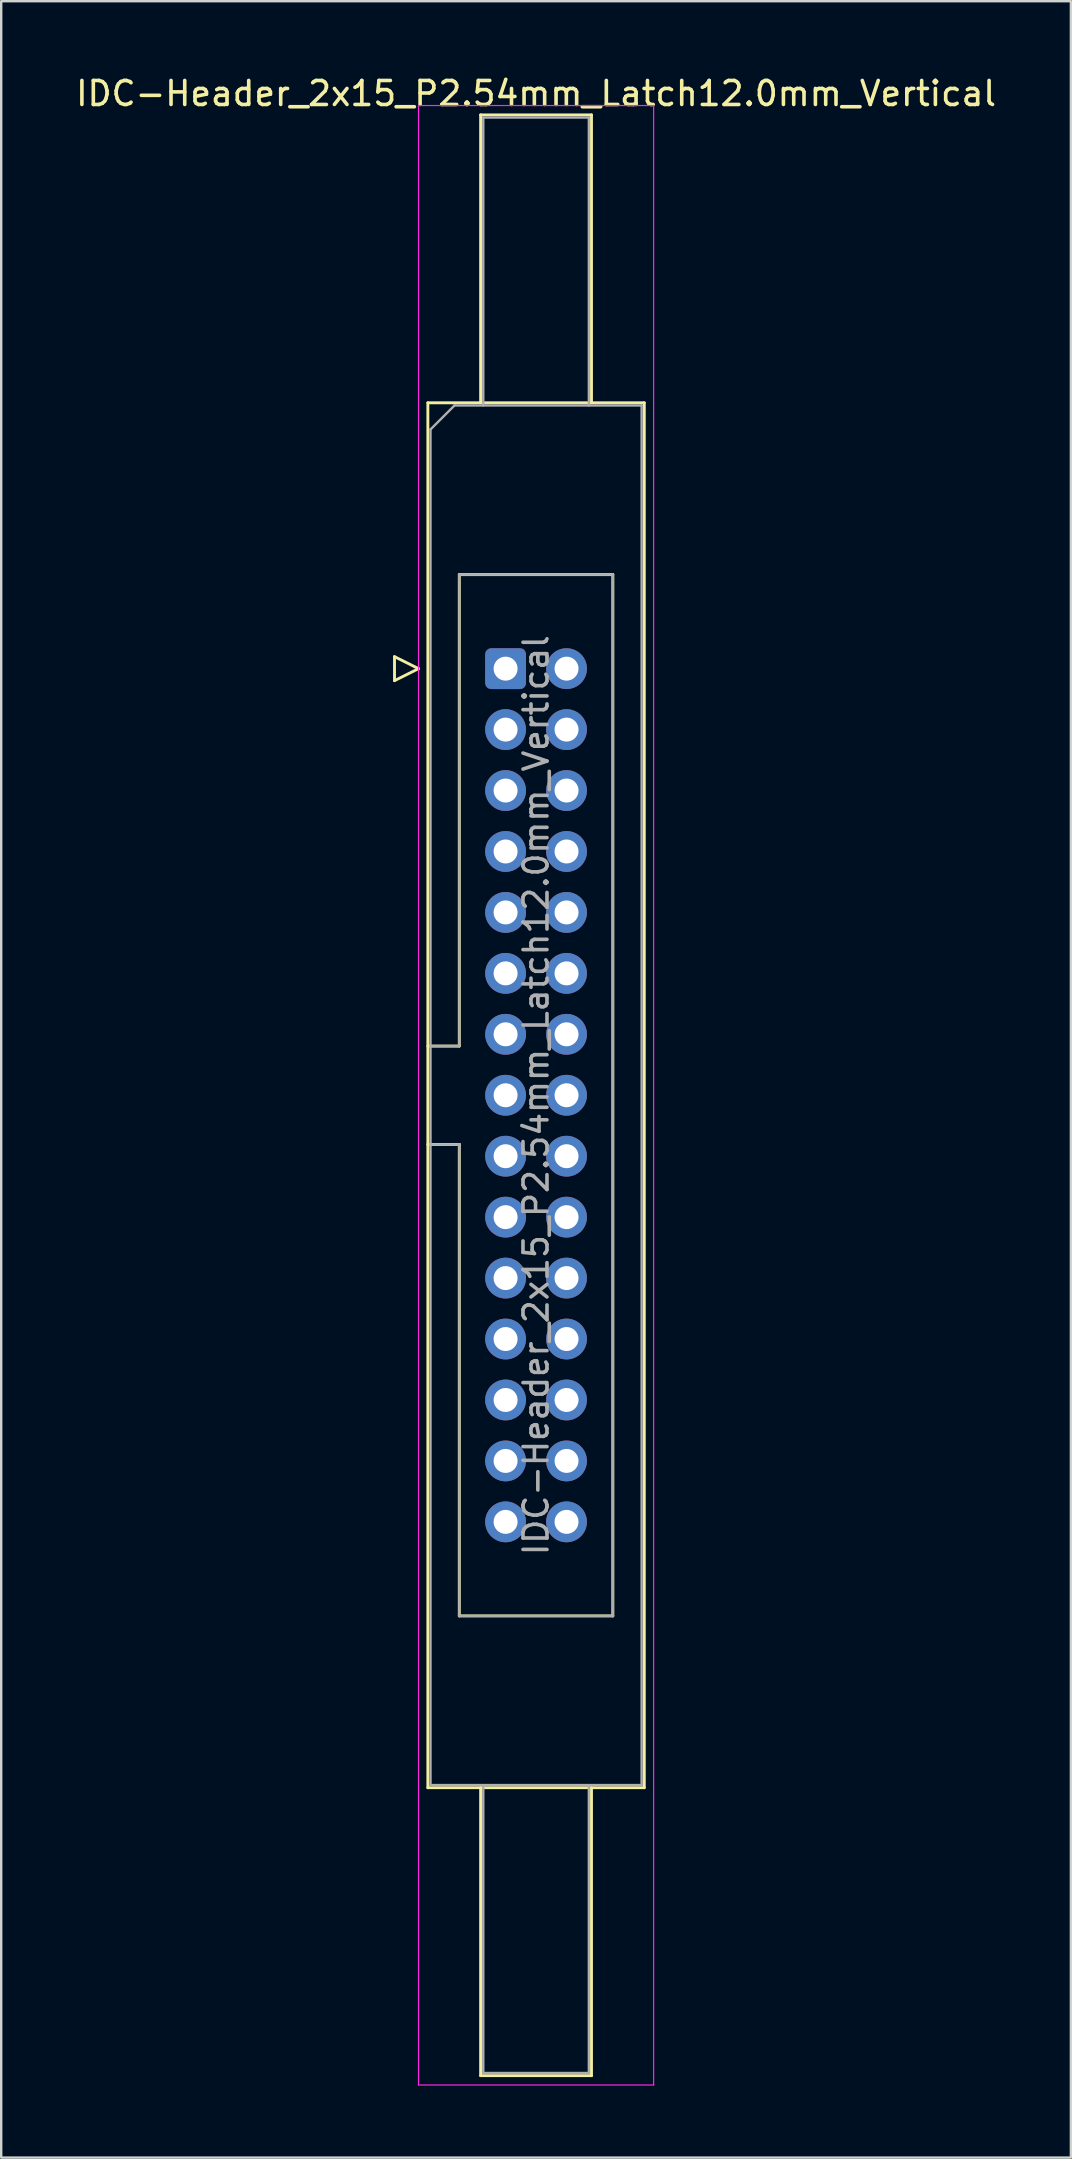
<source format=kicad_pcb>
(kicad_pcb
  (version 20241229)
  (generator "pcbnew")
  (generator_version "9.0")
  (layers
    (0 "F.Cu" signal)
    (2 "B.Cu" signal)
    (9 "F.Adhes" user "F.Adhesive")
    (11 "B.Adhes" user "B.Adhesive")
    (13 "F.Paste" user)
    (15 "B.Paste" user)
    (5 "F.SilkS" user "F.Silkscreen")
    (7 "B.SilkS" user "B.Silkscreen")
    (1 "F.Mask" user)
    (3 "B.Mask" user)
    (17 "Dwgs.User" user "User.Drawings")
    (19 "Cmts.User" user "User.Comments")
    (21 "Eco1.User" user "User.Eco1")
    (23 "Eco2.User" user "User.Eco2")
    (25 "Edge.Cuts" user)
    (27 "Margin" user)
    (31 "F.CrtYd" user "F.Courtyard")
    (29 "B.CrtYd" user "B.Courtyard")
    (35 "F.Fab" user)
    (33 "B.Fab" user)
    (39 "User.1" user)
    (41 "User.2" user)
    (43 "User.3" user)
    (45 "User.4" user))
  (footprint "IDC-Header_2x15_P2.54mm_Latch12.0mm_Vertical"
    (layer "F.Cu")
    (at 18.022 24.818)
    (property "Reference" "IDC-Header_2x15_P2.54mm_Latch12.0mm_Vertical" (at 1.27 -23.97 0) (layer "F.SilkS") (effects (font (size 1 1) (thickness 0.15))))
    (attr through_hole)
    (fp_line (start -4.63 -0.5) (end -4.63 0.5) (stroke (width 0.12) (type solid)) (layer "F.SilkS"))
    (fp_line (start -4.63 0.5) (end -3.63 0) (stroke (width 0.12) (type solid)) (layer "F.SilkS"))
    (fp_line (start -3.63 0) (end -4.63 -0.5) (stroke (width 0.12) (type solid)) (layer "F.SilkS"))
    (fp_line (start -3.24 -11.08) (end 5.78 -11.08) (stroke (width 0.12) (type solid)) (layer "F.SilkS"))
    (fp_line (start -3.24 15.73) (end -1.93 15.73) (stroke (width 0.12) (type solid)) (layer "F.SilkS"))
    (fp_line (start -3.24 46.64) (end -3.24 -11.08) (stroke (width 0.12) (type solid)) (layer "F.SilkS"))
    (fp_line (start -1.93 -3.92) (end 4.47 -3.92) (stroke (width 0.12) (type solid)) (layer "F.SilkS"))
    (fp_line (start -1.93 15.73) (end -1.93 -3.92) (stroke (width 0.12) (type solid)) (layer "F.SilkS"))
    (fp_line (start -1.93 19.83) (end -3.24 19.83) (stroke (width 0.12) (type solid)) (layer "F.SilkS"))
    (fp_line (start -1.93 19.83) (end -1.93 19.83) (stroke (width 0.12) (type solid)) (layer "F.SilkS"))
    (fp_line (start -1.93 39.48) (end -1.93 19.83) (stroke (width 0.12) (type solid)) (layer "F.SilkS"))
    (fp_line (start -1.04 -23.08) (end 3.58 -23.08) (stroke (width 0.12) (type solid)) (layer "F.SilkS"))
    (fp_line (start -1.04 -11.08) (end -1.04 -23.08) (stroke (width 0.12) (type solid)) (layer "F.SilkS"))
    (fp_line (start -1.04 46.64) (end -1.04 58.64) (stroke (width 0.12) (type solid)) (layer "F.SilkS"))
    (fp_line (start -1.04 58.64) (end 3.58 58.64) (stroke (width 0.12) (type solid)) (layer "F.SilkS"))
    (fp_line (start 3.58 -23.08) (end 3.58 -11.08) (stroke (width 0.12) (type solid)) (layer "F.SilkS"))
    (fp_line (start 3.58 58.64) (end 3.58 46.64) (stroke (width 0.12) (type solid)) (layer "F.SilkS"))
    (fp_line (start 4.47 -3.92) (end 4.47 39.48) (stroke (width 0.12) (type solid)) (layer "F.SilkS"))
    (fp_line (start 4.47 39.48) (end -1.93 39.48) (stroke (width 0.12) (type solid)) (layer "F.SilkS"))
    (fp_line (start 5.78 -11.08) (end 5.78 46.64) (stroke (width 0.12) (type solid)) (layer "F.SilkS"))
    (fp_line (start 5.78 46.64) (end -3.24 46.64) (stroke (width 0.12) (type solid)) (layer "F.SilkS"))
    (fp_line (start -3.63 -23.47) (end -3.63 59.03) (stroke (width 0.05) (type solid)) (layer "F.CrtYd"))
    (fp_line (start -3.63 59.03) (end 6.17 59.03) (stroke (width 0.05) (type solid)) (layer "F.CrtYd"))
    (fp_line (start 6.17 -23.47) (end -3.63 -23.47) (stroke (width 0.05) (type solid)) (layer "F.CrtYd"))
    (fp_line (start 6.17 59.03) (end 6.17 -23.47) (stroke (width 0.05) (type solid)) (layer "F.CrtYd"))
    (fp_line (start -3.13 -9.97) (end -2.13 -10.97) (stroke (width 0.1) (type solid)) (layer "F.Fab"))
    (fp_line (start -3.13 15.73) (end -1.93 15.73) (stroke (width 0.1) (type solid)) (layer "F.Fab"))
    (fp_line (start -3.13 46.53) (end -3.13 -9.97) (stroke (width 0.1) (type solid)) (layer "F.Fab"))
    (fp_line (start -2.13 -10.97) (end 5.67 -10.97) (stroke (width 0.1) (type solid)) (layer "F.Fab"))
    (fp_line (start -1.93 -3.92) (end 4.47 -3.92) (stroke (width 0.1) (type solid)) (layer "F.Fab"))
    (fp_line (start -1.93 15.73) (end -1.93 -3.92) (stroke (width 0.1) (type solid)) (layer "F.Fab"))
    (fp_line (start -1.93 19.83) (end -3.13 19.83) (stroke (width 0.1) (type solid)) (layer "F.Fab"))
    (fp_line (start -1.93 19.83) (end -1.93 19.83) (stroke (width 0.1) (type solid)) (layer "F.Fab"))
    (fp_line (start -1.93 39.48) (end -1.93 19.83) (stroke (width 0.1) (type solid)) (layer "F.Fab"))
    (fp_line (start -0.93 -22.97) (end 3.47 -22.97) (stroke (width 0.1) (type solid)) (layer "F.Fab"))
    (fp_line (start -0.93 -10.97) (end -0.93 -22.97) (stroke (width 0.1) (type solid)) (layer "F.Fab"))
    (fp_line (start -0.93 46.53) (end -0.93 58.53) (stroke (width 0.1) (type solid)) (layer "F.Fab"))
    (fp_line (start -0.93 58.53) (end 3.47 58.53) (stroke (width 0.1) (type solid)) (layer "F.Fab"))
    (fp_line (start 3.47 -22.97) (end 3.47 -10.97) (stroke (width 0.1) (type solid)) (layer "F.Fab"))
    (fp_line (start 3.47 58.53) (end 3.47 46.53) (stroke (width 0.1) (type solid)) (layer "F.Fab"))
    (fp_line (start 4.47 -3.92) (end 4.47 39.48) (stroke (width 0.1) (type solid)) (layer "F.Fab"))
    (fp_line (start 4.47 39.48) (end -1.93 39.48) (stroke (width 0.1) (type solid)) (layer "F.Fab"))
    (fp_line (start 5.67 -10.97) (end 5.67 46.53) (stroke (width 0.1) (type solid)) (layer "F.Fab"))
    (fp_line (start 5.67 46.53) (end -3.13 46.53) (stroke (width 0.1) (type solid)) (layer "F.Fab"))
    (fp_text user "${REFERENCE}" (at 1.27 17.78 90) (layer "F.Fab") (effects (font (size 1 1) (thickness 0.15))))
    (pad "1" thru_hole roundrect (at 0 0) (size 1.7 1.7) (drill 1) (layers "*.Cu" "*.Mask") (roundrect_rratio 0.147))
    (pad "2" thru_hole circle (at 2.54 0) (size 1.7 1.7) (drill 1) (layers "*.Cu" "*.Mask"))
    (pad "3" thru_hole circle (at 0 2.54) (size 1.7 1.7) (drill 1) (layers "*.Cu" "*.Mask"))
    (pad "4" thru_hole circle (at 2.54 2.54) (size 1.7 1.7) (drill 1) (layers "*.Cu" "*.Mask"))
    (pad "5" thru_hole circle (at 0 5.08) (size 1.7 1.7) (drill 1) (layers "*.Cu" "*.Mask"))
    (pad "6" thru_hole circle (at 2.54 5.08) (size 1.7 1.7) (drill 1) (layers "*.Cu" "*.Mask"))
    (pad "7" thru_hole circle (at 0 7.62) (size 1.7 1.7) (drill 1) (layers "*.Cu" "*.Mask"))
    (pad "8" thru_hole circle (at 2.54 7.62) (size 1.7 1.7) (drill 1) (layers "*.Cu" "*.Mask"))
    (pad "9" thru_hole circle (at 0 10.16) (size 1.7 1.7) (drill 1) (layers "*.Cu" "*.Mask"))
    (pad "10" thru_hole circle (at 2.54 10.16) (size 1.7 1.7) (drill 1) (layers "*.Cu" "*.Mask"))
    (pad "11" thru_hole circle (at 0 12.7) (size 1.7 1.7) (drill 1) (layers "*.Cu" "*.Mask"))
    (pad "12" thru_hole circle (at 2.54 12.7) (size 1.7 1.7) (drill 1) (layers "*.Cu" "*.Mask"))
    (pad "13" thru_hole circle (at 0 15.24) (size 1.7 1.7) (drill 1) (layers "*.Cu" "*.Mask"))
    (pad "14" thru_hole circle (at 2.54 15.24) (size 1.7 1.7) (drill 1) (layers "*.Cu" "*.Mask"))
    (pad "15" thru_hole circle (at 0 17.78) (size 1.7 1.7) (drill 1) (layers "*.Cu" "*.Mask"))
    (pad "16" thru_hole circle (at 2.54 17.78) (size 1.7 1.7) (drill 1) (layers "*.Cu" "*.Mask"))
    (pad "17" thru_hole circle (at 0 20.32) (size 1.7 1.7) (drill 1) (layers "*.Cu" "*.Mask"))
    (pad "18" thru_hole circle (at 2.54 20.32) (size 1.7 1.7) (drill 1) (layers "*.Cu" "*.Mask"))
    (pad "19" thru_hole circle (at 0 22.86) (size 1.7 1.7) (drill 1) (layers "*.Cu" "*.Mask"))
    (pad "20" thru_hole circle (at 2.54 22.86) (size 1.7 1.7) (drill 1) (layers "*.Cu" "*.Mask"))
    (pad "21" thru_hole circle (at 0 25.4) (size 1.7 1.7) (drill 1) (layers "*.Cu" "*.Mask"))
    (pad "22" thru_hole circle (at 2.54 25.4) (size 1.7 1.7) (drill 1) (layers "*.Cu" "*.Mask"))
    (pad "23" thru_hole circle (at 0 27.94) (size 1.7 1.7) (drill 1) (layers "*.Cu" "*.Mask"))
    (pad "24" thru_hole circle (at 2.54 27.94) (size 1.7 1.7) (drill 1) (layers "*.Cu" "*.Mask"))
    (pad "25" thru_hole circle (at 0 30.48) (size 1.7 1.7) (drill 1) (layers "*.Cu" "*.Mask"))
    (pad "26" thru_hole circle (at 2.54 30.48) (size 1.7 1.7) (drill 1) (layers "*.Cu" "*.Mask"))
    (pad "27" thru_hole circle (at 0 33.02) (size 1.7 1.7) (drill 1) (layers "*.Cu" "*.Mask"))
    (pad "28" thru_hole circle (at 2.54 33.02) (size 1.7 1.7) (drill 1) (layers "*.Cu" "*.Mask"))
    (pad "29" thru_hole circle (at 0 35.56) (size 1.7 1.7) (drill 1) (layers "*.Cu" "*.Mask"))
    (pad "30" thru_hole circle (at 2.54 35.56) (size 1.7 1.7) (drill 1) (layers "*.Cu" "*.Mask")))
  (gr_rect
    (start -3 -3)
    (end 41.583 86.873)
    (stroke (width 0.1) (type default))
    (fill no)
    (layer "Edge.Cuts")))
</source>
